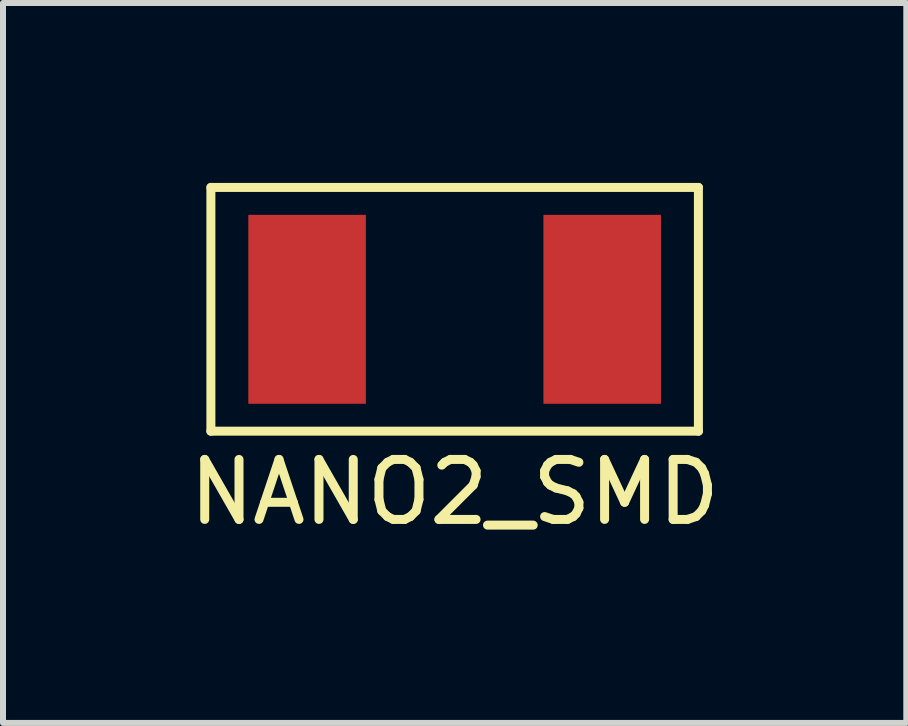
<source format=kicad_pcb>
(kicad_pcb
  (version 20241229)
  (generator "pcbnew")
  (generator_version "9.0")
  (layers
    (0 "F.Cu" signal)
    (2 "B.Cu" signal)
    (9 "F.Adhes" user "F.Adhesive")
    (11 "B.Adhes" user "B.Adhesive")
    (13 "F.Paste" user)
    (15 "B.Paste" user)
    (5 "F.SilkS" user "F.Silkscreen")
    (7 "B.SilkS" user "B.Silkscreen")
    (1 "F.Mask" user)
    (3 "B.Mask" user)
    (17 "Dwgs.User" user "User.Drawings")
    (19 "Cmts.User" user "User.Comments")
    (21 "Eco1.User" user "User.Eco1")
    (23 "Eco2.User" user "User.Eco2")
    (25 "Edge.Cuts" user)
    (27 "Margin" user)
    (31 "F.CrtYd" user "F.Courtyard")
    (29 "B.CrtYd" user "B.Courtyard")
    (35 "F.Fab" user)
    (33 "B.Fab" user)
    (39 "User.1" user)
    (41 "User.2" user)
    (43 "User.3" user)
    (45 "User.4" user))
  (footprint "NANO2_SMD"
    (layer "F.Cu")
    (at 4.53 2.107)
    (property "Reference" "NANO2_SMD" (at 0 3.048 0) (layer "F.SilkS") (effects (font (size 1 1) (thickness 0.15))))
    (attr through_hole)
    (fp_line (start -4.064 -2.032) (end -4.064 2.032) (stroke (width 0.15) (type solid)) (layer "F.SilkS"))
    (fp_line (start -4.064 2.032) (end 4.064 2.032) (stroke (width 0.15) (type solid)) (layer "F.SilkS"))
    (fp_line (start 4.064 -2.032) (end -4.064 -2.032) (stroke (width 0.15) (type solid)) (layer "F.SilkS"))
    (fp_line (start 4.064 2.032) (end 4.064 -2.032) (stroke (width 0.15) (type solid)) (layer "F.SilkS"))
    (pad "1" smd rect (at -2.46 0) (size 1.96 3.15) (layers "F.Cu" "F.Mask" "F.Paste"))
    (pad "2" smd rect (at 2.46 0) (size 1.96 3.15) (layers "F.Cu" "F.Mask" "F.Paste")))
  (gr_rect
    (start -3 -3)
    (end 12.06 9.003)
    (stroke (width 0.1) (type default))
    (fill no)
    (layer "Edge.Cuts")))
</source>
